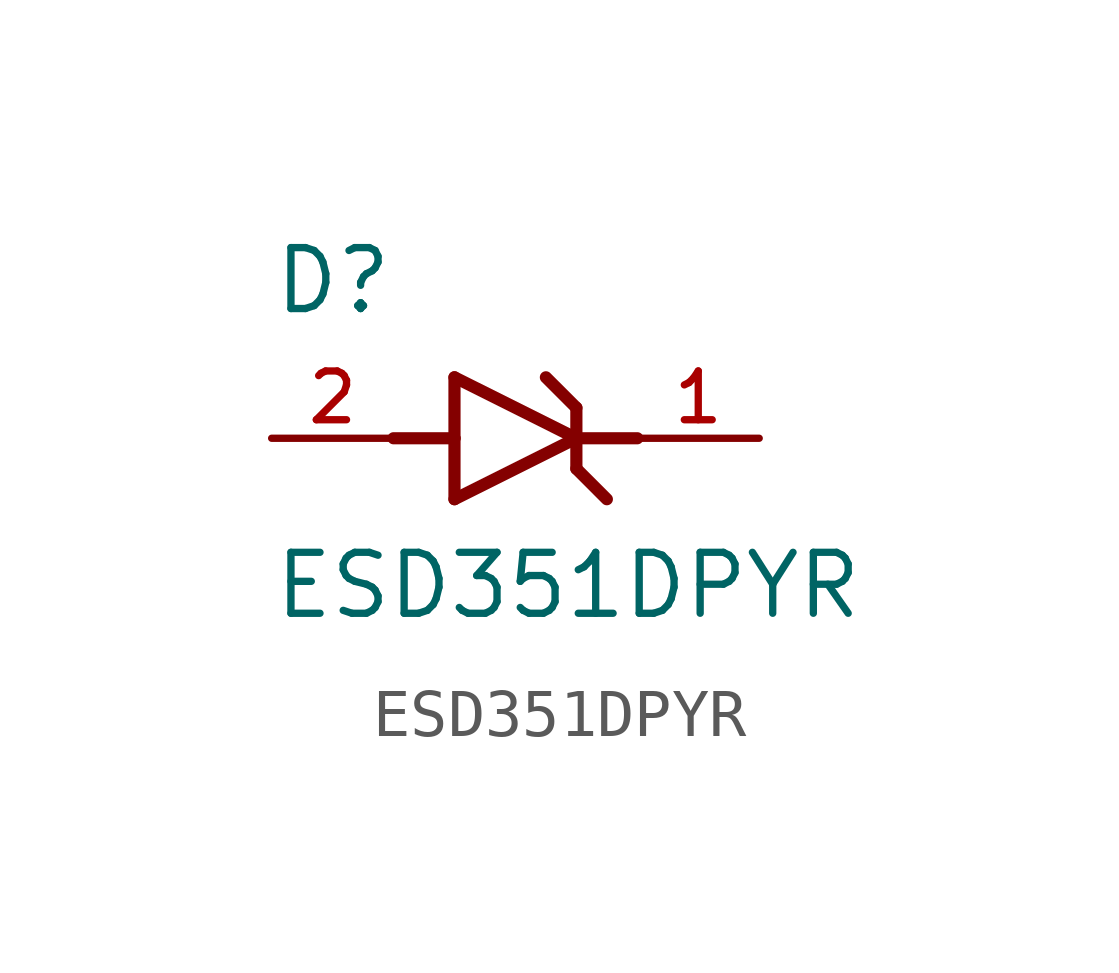
<source format=kicad_sym>
(kicad_symbol_lib
  (version 20211014)
  (generator kicad_symbol_editor)
  (symbol "ESD351DPYR"
    (pin_names
      (offset 1.016))
    (property "Reference" "D"
      (at -5.08 2.54 0)
      (effects (font (size 1.27 1.27)) (justify bottom left)))
    (property "Value" "ESD351DPYR"
      (at -5.08 -3.81 0)
      (effects (font (size 1.27 1.27)) (justify bottom left)))
    (symbol "ESD351DPYR_0_0"
      (polyline (pts (xy -1.27 -1.27) (xy 1.27 0.0)) (stroke (width 0.254)))
      (polyline (pts (xy 1.27 0.0) (xy -1.27 1.27)) (stroke (width 0.254)))
      (polyline (pts (xy 1.27 0.635) (xy 1.27 0.0)) (stroke (width 0.254)))
      (polyline (pts (xy -1.27 1.27) (xy -1.27 0.0)) (stroke (width 0.254)))
      (polyline (pts (xy -1.27 0.0) (xy -1.27 -1.27)) (stroke (width 0.254)))
      (polyline (pts (xy 1.27 0.0) (xy 1.27 -0.635)) (stroke (width 0.254)))
      (polyline (pts (xy -2.54 0.0) (xy -1.27 0.0)) (stroke (width 0.254)))
      (polyline (pts (xy 2.54 0.0) (xy 1.27 0.0)) (stroke (width 0.254)))
      (polyline (pts (xy 0.635 1.27) (xy 1.27 0.635)) (stroke (width 0.254)))
      (polyline (pts (xy 1.27 -0.635) (xy 1.905 -1.27)) (stroke (width 0.254)))
      (pin bidirectional line (at 5.08 0.0 180.0) (length 2.54) (name "~" (effects (font (size 1.016 1.016)))) (number "1" (effects (font (size 1.016 1.016)))))
      (pin power_in line (at -5.08 0.0 0) (length 2.54) (name "~" (effects (font (size 1.016 1.016)))) (number "2" (effects (font (size 1.016 1.016))))))))
</source>
